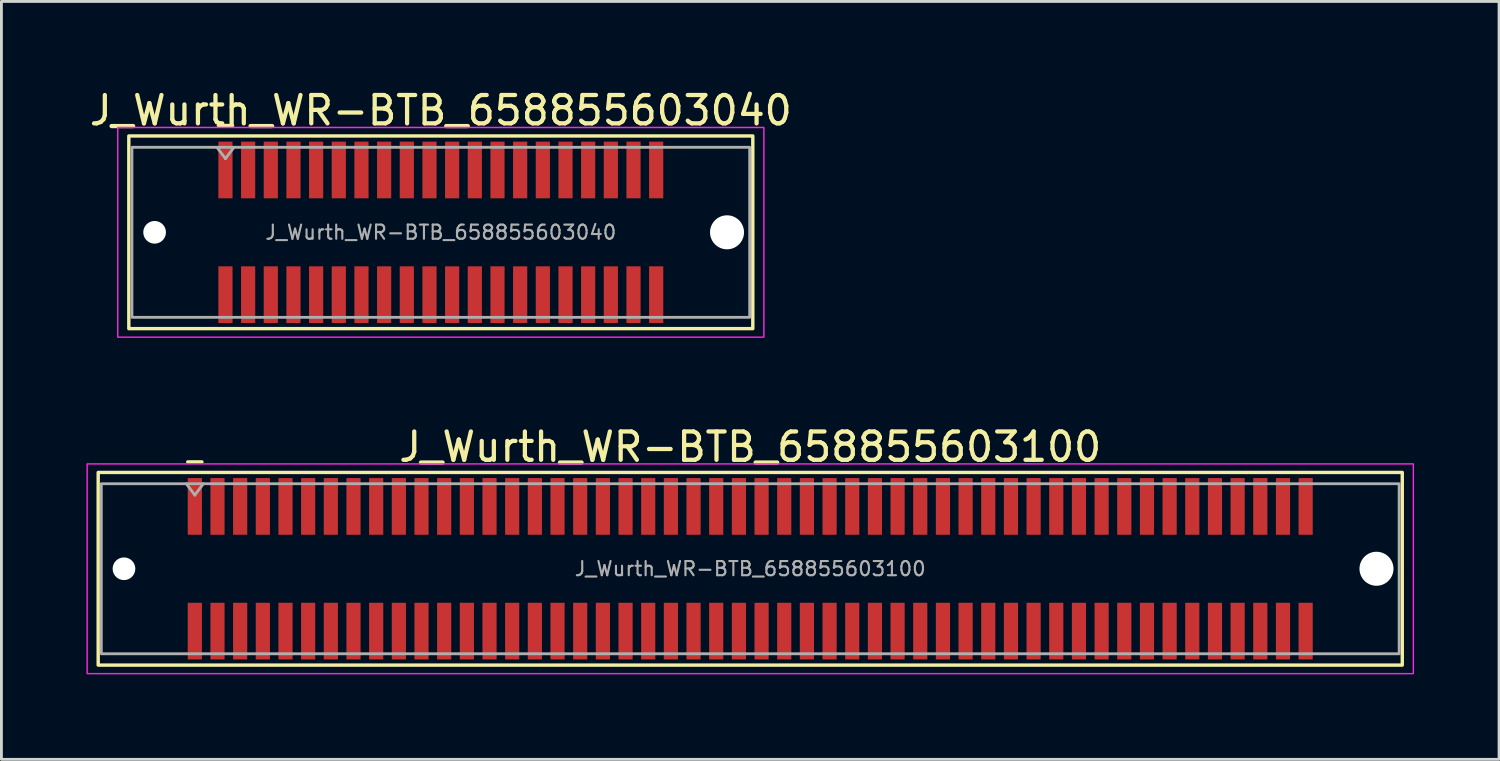
<source format=kicad_pcb>
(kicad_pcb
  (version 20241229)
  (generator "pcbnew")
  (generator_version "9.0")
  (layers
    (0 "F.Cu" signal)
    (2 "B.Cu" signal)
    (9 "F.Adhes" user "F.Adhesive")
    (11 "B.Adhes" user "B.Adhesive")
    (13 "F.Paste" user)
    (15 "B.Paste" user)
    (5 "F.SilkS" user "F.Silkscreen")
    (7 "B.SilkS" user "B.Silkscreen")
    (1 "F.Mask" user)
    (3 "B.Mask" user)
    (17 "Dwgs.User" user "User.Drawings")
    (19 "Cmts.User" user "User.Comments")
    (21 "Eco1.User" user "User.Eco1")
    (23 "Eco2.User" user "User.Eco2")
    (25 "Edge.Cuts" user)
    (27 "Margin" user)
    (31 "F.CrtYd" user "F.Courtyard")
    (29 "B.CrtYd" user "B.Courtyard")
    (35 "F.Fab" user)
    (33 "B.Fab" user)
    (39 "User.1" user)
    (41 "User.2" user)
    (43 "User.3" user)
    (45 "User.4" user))
  (footprint "J_Wurth_WR-BTB_658855603100"
    (layer "F.Cu")
    (at 23.425 17.021)
    (property "Reference" "J_Wurth_WR-BTB_658855603100" (at 0 -4.3 0) (layer "F.SilkS") (effects (font (size 1 1) (thickness 0.15))))
    (attr through_hole)
    (fp_line (start -19.35 -3.77) (end -19.85 -3.77) (stroke (width 0.12) (type solid)) (layer "F.SilkS"))
    (fp_rect (start -23.01 -3.4) (end 23.01 3.4) (stroke (width 0.12) (type solid)) (fill no) (layer "F.SilkS"))
    (fp_rect (start -23.4 -3.7) (end 23.4 3.7) (stroke (width 0.05) (type solid)) (fill no) (layer "F.CrtYd"))
    (fp_line (start -19.9 -3) (end -19.6 -2.6) (stroke (width 0.1) (type default)) (layer "F.Fab"))
    (fp_line (start -19.6 -2.6) (end -19.3 -3) (stroke (width 0.1) (type default)) (layer "F.Fab"))
    (fp_rect (start -22.9 -3) (end 22.9 3) (stroke (width 0.1) (type solid)) (fill no) (layer "F.Fab"))
    (fp_text user "${REFERENCE}" (at 0 0 0) (unlocked yes) (layer "F.Fab") (effects (font (size 0.5 0.5) (thickness 0.075))))
    (pad "" np_thru_hole circle (at -22.1 0) (size 0.8 0.8) (drill 0.8) (layers "*.Cu" "*.Mask"))
    (pad "" np_thru_hole circle (at 22.1 0) (size 1.2 1.2) (drill 1.2) (layers "*.Cu" "*.Mask"))
    (pad "1" smd rect (at -19.6 -2.2) (size 0.5 2) (layers "F.Cu" "F.Mask" "F.Paste"))
    (pad "2" smd rect (at -19.6 2.2) (size 0.5 2) (layers "F.Cu" "F.Mask" "F.Paste"))
    (pad "3" smd rect (at -18.8 -2.2) (size 0.5 2) (layers "F.Cu" "F.Mask" "F.Paste"))
    (pad "4" smd rect (at -18.8 2.2) (size 0.5 2) (layers "F.Cu" "F.Mask" "F.Paste"))
    (pad "5" smd rect (at -18 -2.2) (size 0.5 2) (layers "F.Cu" "F.Mask" "F.Paste"))
    (pad "6" smd rect (at -18 2.2) (size 0.5 2) (layers "F.Cu" "F.Mask" "F.Paste"))
    (pad "7" smd rect (at -17.2 -2.2) (size 0.5 2) (layers "F.Cu" "F.Mask" "F.Paste"))
    (pad "8" smd rect (at -17.2 2.2) (size 0.5 2) (layers "F.Cu" "F.Mask" "F.Paste"))
    (pad "9" smd rect (at -16.4 -2.2) (size 0.5 2) (layers "F.Cu" "F.Mask" "F.Paste"))
    (pad "10" smd rect (at -16.4 2.2) (size 0.5 2) (layers "F.Cu" "F.Mask" "F.Paste"))
    (pad "11" smd rect (at -15.6 -2.2) (size 0.5 2) (layers "F.Cu" "F.Mask" "F.Paste"))
    (pad "12" smd rect (at -15.6 2.2) (size 0.5 2) (layers "F.Cu" "F.Mask" "F.Paste"))
    (pad "13" smd rect (at -14.8 -2.2) (size 0.5 2) (layers "F.Cu" "F.Mask" "F.Paste"))
    (pad "14" smd rect (at -14.8 2.2) (size 0.5 2) (layers "F.Cu" "F.Mask" "F.Paste"))
    (pad "15" smd rect (at -14 -2.2) (size 0.5 2) (layers "F.Cu" "F.Mask" "F.Paste"))
    (pad "16" smd rect (at -14 2.2) (size 0.5 2) (layers "F.Cu" "F.Mask" "F.Paste"))
    (pad "17" smd rect (at -13.2 -2.2) (size 0.5 2) (layers "F.Cu" "F.Mask" "F.Paste"))
    (pad "18" smd rect (at -13.2 2.2) (size 0.5 2) (layers "F.Cu" "F.Mask" "F.Paste"))
    (pad "19" smd rect (at -12.4 -2.2) (size 0.5 2) (layers "F.Cu" "F.Mask" "F.Paste"))
    (pad "20" smd rect (at -12.4 2.2) (size 0.5 2) (layers "F.Cu" "F.Mask" "F.Paste"))
    (pad "21" smd rect (at -11.6 -2.2) (size 0.5 2) (layers "F.Cu" "F.Mask" "F.Paste"))
    (pad "22" smd rect (at -11.6 2.2) (size 0.5 2) (layers "F.Cu" "F.Mask" "F.Paste"))
    (pad "23" smd rect (at -10.8 -2.2) (size 0.5 2) (layers "F.Cu" "F.Mask" "F.Paste"))
    (pad "24" smd rect (at -10.8 2.2) (size 0.5 2) (layers "F.Cu" "F.Mask" "F.Paste"))
    (pad "25" smd rect (at -10 -2.2) (size 0.5 2) (layers "F.Cu" "F.Mask" "F.Paste"))
    (pad "26" smd rect (at -10 2.2) (size 0.5 2) (layers "F.Cu" "F.Mask" "F.Paste"))
    (pad "27" smd rect (at -9.2 -2.2) (size 0.5 2) (layers "F.Cu" "F.Mask" "F.Paste"))
    (pad "28" smd rect (at -9.2 2.2) (size 0.5 2) (layers "F.Cu" "F.Mask" "F.Paste"))
    (pad "29" smd rect (at -8.4 -2.2) (size 0.5 2) (layers "F.Cu" "F.Mask" "F.Paste"))
    (pad "30" smd rect (at -8.4 2.2) (size 0.5 2) (layers "F.Cu" "F.Mask" "F.Paste"))
    (pad "31" smd rect (at -7.6 -2.2) (size 0.5 2) (layers "F.Cu" "F.Mask" "F.Paste"))
    (pad "32" smd rect (at -7.6 2.2) (size 0.5 2) (layers "F.Cu" "F.Mask" "F.Paste"))
    (pad "33" smd rect (at -6.8 -2.2) (size 0.5 2) (layers "F.Cu" "F.Mask" "F.Paste"))
    (pad "34" smd rect (at -6.8 2.2) (size 0.5 2) (layers "F.Cu" "F.Mask" "F.Paste"))
    (pad "35" smd rect (at -6 -2.2) (size 0.5 2) (layers "F.Cu" "F.Mask" "F.Paste"))
    (pad "36" smd rect (at -6 2.2) (size 0.5 2) (layers "F.Cu" "F.Mask" "F.Paste"))
    (pad "37" smd rect (at -5.2 -2.2) (size 0.5 2) (layers "F.Cu" "F.Mask" "F.Paste"))
    (pad "38" smd rect (at -5.2 2.2) (size 0.5 2) (layers "F.Cu" "F.Mask" "F.Paste"))
    (pad "39" smd rect (at -4.4 -2.2) (size 0.5 2) (layers "F.Cu" "F.Mask" "F.Paste"))
    (pad "40" smd rect (at -4.4 2.2) (size 0.5 2) (layers "F.Cu" "F.Mask" "F.Paste"))
    (pad "41" smd rect (at -3.6 -2.2) (size 0.5 2) (layers "F.Cu" "F.Mask" "F.Paste"))
    (pad "42" smd rect (at -3.6 2.2) (size 0.5 2) (layers "F.Cu" "F.Mask" "F.Paste"))
    (pad "43" smd rect (at -2.8 -2.2) (size 0.5 2) (layers "F.Cu" "F.Mask" "F.Paste"))
    (pad "44" smd rect (at -2.8 2.2) (size 0.5 2) (layers "F.Cu" "F.Mask" "F.Paste"))
    (pad "45" smd rect (at -2 -2.2) (size 0.5 2) (layers "F.Cu" "F.Mask" "F.Paste"))
    (pad "46" smd rect (at -2 2.2) (size 0.5 2) (layers "F.Cu" "F.Mask" "F.Paste"))
    (pad "47" smd rect (at -1.2 -2.2) (size 0.5 2) (layers "F.Cu" "F.Mask" "F.Paste"))
    (pad "48" smd rect (at -1.2 2.2) (size 0.5 2) (layers "F.Cu" "F.Mask" "F.Paste"))
    (pad "49" smd rect (at -0.4 -2.2) (size 0.5 2) (layers "F.Cu" "F.Mask" "F.Paste"))
    (pad "50" smd rect (at -0.4 2.2) (size 0.5 2) (layers "F.Cu" "F.Mask" "F.Paste"))
    (pad "51" smd rect (at 0.4 -2.2) (size 0.5 2) (layers "F.Cu" "F.Mask" "F.Paste"))
    (pad "52" smd rect (at 0.4 2.2) (size 0.5 2) (layers "F.Cu" "F.Mask" "F.Paste"))
    (pad "53" smd rect (at 1.2 -2.2) (size 0.5 2) (layers "F.Cu" "F.Mask" "F.Paste"))
    (pad "54" smd rect (at 1.2 2.2) (size 0.5 2) (layers "F.Cu" "F.Mask" "F.Paste"))
    (pad "55" smd rect (at 2 -2.2) (size 0.5 2) (layers "F.Cu" "F.Mask" "F.Paste"))
    (pad "56" smd rect (at 2 2.2) (size 0.5 2) (layers "F.Cu" "F.Mask" "F.Paste"))
    (pad "57" smd rect (at 2.8 -2.2) (size 0.5 2) (layers "F.Cu" "F.Mask" "F.Paste"))
    (pad "58" smd rect (at 2.8 2.2) (size 0.5 2) (layers "F.Cu" "F.Mask" "F.Paste"))
    (pad "59" smd rect (at 3.6 -2.2) (size 0.5 2) (layers "F.Cu" "F.Mask" "F.Paste"))
    (pad "60" smd rect (at 3.6 2.2) (size 0.5 2) (layers "F.Cu" "F.Mask" "F.Paste"))
    (pad "61" smd rect (at 4.4 -2.2) (size 0.5 2) (layers "F.Cu" "F.Mask" "F.Paste"))
    (pad "62" smd rect (at 4.4 2.2) (size 0.5 2) (layers "F.Cu" "F.Mask" "F.Paste"))
    (pad "63" smd rect (at 5.2 -2.2) (size 0.5 2) (layers "F.Cu" "F.Mask" "F.Paste"))
    (pad "64" smd rect (at 5.2 2.2) (size 0.5 2) (layers "F.Cu" "F.Mask" "F.Paste"))
    (pad "65" smd rect (at 6 -2.2) (size 0.5 2) (layers "F.Cu" "F.Mask" "F.Paste"))
    (pad "66" smd rect (at 6 2.2) (size 0.5 2) (layers "F.Cu" "F.Mask" "F.Paste"))
    (pad "67" smd rect (at 6.8 -2.2) (size 0.5 2) (layers "F.Cu" "F.Mask" "F.Paste"))
    (pad "68" smd rect (at 6.8 2.2) (size 0.5 2) (layers "F.Cu" "F.Mask" "F.Paste"))
    (pad "69" smd rect (at 7.6 -2.2) (size 0.5 2) (layers "F.Cu" "F.Mask" "F.Paste"))
    (pad "70" smd rect (at 7.6 2.2) (size 0.5 2) (layers "F.Cu" "F.Mask" "F.Paste"))
    (pad "71" smd rect (at 8.4 -2.2) (size 0.5 2) (layers "F.Cu" "F.Mask" "F.Paste"))
    (pad "72" smd rect (at 8.4 2.2) (size 0.5 2) (layers "F.Cu" "F.Mask" "F.Paste"))
    (pad "73" smd rect (at 9.2 -2.2) (size 0.5 2) (layers "F.Cu" "F.Mask" "F.Paste"))
    (pad "74" smd rect (at 9.2 2.2) (size 0.5 2) (layers "F.Cu" "F.Mask" "F.Paste"))
    (pad "75" smd rect (at 10 -2.2) (size 0.5 2) (layers "F.Cu" "F.Mask" "F.Paste"))
    (pad "76" smd rect (at 10 2.2) (size 0.5 2) (layers "F.Cu" "F.Mask" "F.Paste"))
    (pad "77" smd rect (at 10.8 -2.2) (size 0.5 2) (layers "F.Cu" "F.Mask" "F.Paste"))
    (pad "78" smd rect (at 10.8 2.2) (size 0.5 2) (layers "F.Cu" "F.Mask" "F.Paste"))
    (pad "79" smd rect (at 11.6 -2.2) (size 0.5 2) (layers "F.Cu" "F.Mask" "F.Paste"))
    (pad "80" smd rect (at 11.6 2.2) (size 0.5 2) (layers "F.Cu" "F.Mask" "F.Paste"))
    (pad "81" smd rect (at 12.4 -2.2) (size 0.5 2) (layers "F.Cu" "F.Mask" "F.Paste"))
    (pad "82" smd rect (at 12.4 2.2) (size 0.5 2) (layers "F.Cu" "F.Mask" "F.Paste"))
    (pad "83" smd rect (at 13.2 -2.2) (size 0.5 2) (layers "F.Cu" "F.Mask" "F.Paste"))
    (pad "84" smd rect (at 13.2 2.2) (size 0.5 2) (layers "F.Cu" "F.Mask" "F.Paste"))
    (pad "85" smd rect (at 14 -2.2) (size 0.5 2) (layers "F.Cu" "F.Mask" "F.Paste"))
    (pad "86" smd rect (at 14 2.2) (size 0.5 2) (layers "F.Cu" "F.Mask" "F.Paste"))
    (pad "87" smd rect (at 14.8 -2.2) (size 0.5 2) (layers "F.Cu" "F.Mask" "F.Paste"))
    (pad "88" smd rect (at 14.8 2.2) (size 0.5 2) (layers "F.Cu" "F.Mask" "F.Paste"))
    (pad "89" smd rect (at 15.6 -2.2) (size 0.5 2) (layers "F.Cu" "F.Mask" "F.Paste"))
    (pad "90" smd rect (at 15.6 2.2) (size 0.5 2) (layers "F.Cu" "F.Mask" "F.Paste"))
    (pad "91" smd rect (at 16.4 -2.2) (size 0.5 2) (layers "F.Cu" "F.Mask" "F.Paste"))
    (pad "92" smd rect (at 16.4 2.2) (size 0.5 2) (layers "F.Cu" "F.Mask" "F.Paste"))
    (pad "93" smd rect (at 17.2 -2.2) (size 0.5 2) (layers "F.Cu" "F.Mask" "F.Paste"))
    (pad "94" smd rect (at 17.2 2.2) (size 0.5 2) (layers "F.Cu" "F.Mask" "F.Paste"))
    (pad "95" smd rect (at 18 -2.2) (size 0.5 2) (layers "F.Cu" "F.Mask" "F.Paste"))
    (pad "96" smd rect (at 18 2.2) (size 0.5 2) (layers "F.Cu" "F.Mask" "F.Paste"))
    (pad "97" smd rect (at 18.8 -2.2) (size 0.5 2) (layers "F.Cu" "F.Mask" "F.Paste"))
    (pad "98" smd rect (at 18.8 2.2) (size 0.5 2) (layers "F.Cu" "F.Mask" "F.Paste"))
    (pad "99" smd rect (at 19.6 -2.2) (size 0.5 2) (layers "F.Cu" "F.Mask" "F.Paste"))
    (pad "100" smd rect (at 19.6 2.2) (size 0.5 2) (layers "F.Cu" "F.Mask" "F.Paste")))
  (footprint "J_Wurth_WR-BTB_658855603040"
    (layer "F.Cu")
    (at 12.506 5.148)
    (property "Reference" "J_Wurth_WR-BTB_658855603040" (at 0 -4.3 0) (layer "F.SilkS") (effects (font (size 1 1) (thickness 0.15))))
    (attr through_hole)
    (fp_line (start -7.35 -3.77) (end -7.85 -3.77) (stroke (width 0.12) (type solid)) (layer "F.SilkS"))
    (fp_rect (start -11.01 -3.4) (end 11.01 3.4) (stroke (width 0.12) (type solid)) (fill no) (layer "F.SilkS"))
    (fp_rect (start -11.4 -3.7) (end 11.4 3.7) (stroke (width 0.05) (type solid)) (fill no) (layer "F.CrtYd"))
    (fp_line (start -7.9 -3) (end -7.6 -2.6) (stroke (width 0.1) (type default)) (layer "F.Fab"))
    (fp_line (start -7.6 -2.6) (end -7.3 -3) (stroke (width 0.1) (type default)) (layer "F.Fab"))
    (fp_rect (start -10.9 -3) (end 10.9 3) (stroke (width 0.1) (type solid)) (fill no) (layer "F.Fab"))
    (fp_text user "${REFERENCE}" (at 0 0 0) (unlocked yes) (layer "F.Fab") (effects (font (size 0.5 0.5) (thickness 0.075))))
    (pad "" np_thru_hole circle (at -10.1 0) (size 0.8 0.8) (drill 0.8) (layers "*.Cu" "*.Mask"))
    (pad "" np_thru_hole circle (at 10.1 0) (size 1.2 1.2) (drill 1.2) (layers "*.Cu" "*.Mask"))
    (pad "1" smd rect (at -7.6 -2.2) (size 0.5 2) (layers "F.Cu" "F.Mask" "F.Paste"))
    (pad "2" smd rect (at -7.6 2.2) (size 0.5 2) (layers "F.Cu" "F.Mask" "F.Paste"))
    (pad "3" smd rect (at -6.8 -2.2) (size 0.5 2) (layers "F.Cu" "F.Mask" "F.Paste"))
    (pad "4" smd rect (at -6.8 2.2) (size 0.5 2) (layers "F.Cu" "F.Mask" "F.Paste"))
    (pad "5" smd rect (at -6 -2.2) (size 0.5 2) (layers "F.Cu" "F.Mask" "F.Paste"))
    (pad "6" smd rect (at -6 2.2) (size 0.5 2) (layers "F.Cu" "F.Mask" "F.Paste"))
    (pad "7" smd rect (at -5.2 -2.2) (size 0.5 2) (layers "F.Cu" "F.Mask" "F.Paste"))
    (pad "8" smd rect (at -5.2 2.2) (size 0.5 2) (layers "F.Cu" "F.Mask" "F.Paste"))
    (pad "9" smd rect (at -4.4 -2.2) (size 0.5 2) (layers "F.Cu" "F.Mask" "F.Paste"))
    (pad "10" smd rect (at -4.4 2.2) (size 0.5 2) (layers "F.Cu" "F.Mask" "F.Paste"))
    (pad "11" smd rect (at -3.6 -2.2) (size 0.5 2) (layers "F.Cu" "F.Mask" "F.Paste"))
    (pad "12" smd rect (at -3.6 2.2) (size 0.5 2) (layers "F.Cu" "F.Mask" "F.Paste"))
    (pad "13" smd rect (at -2.8 -2.2) (size 0.5 2) (layers "F.Cu" "F.Mask" "F.Paste"))
    (pad "14" smd rect (at -2.8 2.2) (size 0.5 2) (layers "F.Cu" "F.Mask" "F.Paste"))
    (pad "15" smd rect (at -2 -2.2) (size 0.5 2) (layers "F.Cu" "F.Mask" "F.Paste"))
    (pad "16" smd rect (at -2 2.2) (size 0.5 2) (layers "F.Cu" "F.Mask" "F.Paste"))
    (pad "17" smd rect (at -1.2 -2.2) (size 0.5 2) (layers "F.Cu" "F.Mask" "F.Paste"))
    (pad "18" smd rect (at -1.2 2.2) (size 0.5 2) (layers "F.Cu" "F.Mask" "F.Paste"))
    (pad "19" smd rect (at -0.4 -2.2) (size 0.5 2) (layers "F.Cu" "F.Mask" "F.Paste"))
    (pad "20" smd rect (at -0.4 2.2) (size 0.5 2) (layers "F.Cu" "F.Mask" "F.Paste"))
    (pad "21" smd rect (at 0.4 -2.2) (size 0.5 2) (layers "F.Cu" "F.Mask" "F.Paste"))
    (pad "22" smd rect (at 0.4 2.2) (size 0.5 2) (layers "F.Cu" "F.Mask" "F.Paste"))
    (pad "23" smd rect (at 1.2 -2.2) (size 0.5 2) (layers "F.Cu" "F.Mask" "F.Paste"))
    (pad "24" smd rect (at 1.2 2.2) (size 0.5 2) (layers "F.Cu" "F.Mask" "F.Paste"))
    (pad "25" smd rect (at 2 -2.2) (size 0.5 2) (layers "F.Cu" "F.Mask" "F.Paste"))
    (pad "26" smd rect (at 2 2.2) (size 0.5 2) (layers "F.Cu" "F.Mask" "F.Paste"))
    (pad "27" smd rect (at 2.8 -2.2) (size 0.5 2) (layers "F.Cu" "F.Mask" "F.Paste"))
    (pad "28" smd rect (at 2.8 2.2) (size 0.5 2) (layers "F.Cu" "F.Mask" "F.Paste"))
    (pad "29" smd rect (at 3.6 -2.2) (size 0.5 2) (layers "F.Cu" "F.Mask" "F.Paste"))
    (pad "30" smd rect (at 3.6 2.2) (size 0.5 2) (layers "F.Cu" "F.Mask" "F.Paste"))
    (pad "31" smd rect (at 4.4 -2.2) (size 0.5 2) (layers "F.Cu" "F.Mask" "F.Paste"))
    (pad "32" smd rect (at 4.4 2.2) (size 0.5 2) (layers "F.Cu" "F.Mask" "F.Paste"))
    (pad "33" smd rect (at 5.2 -2.2) (size 0.5 2) (layers "F.Cu" "F.Mask" "F.Paste"))
    (pad "34" smd rect (at 5.2 2.2) (size 0.5 2) (layers "F.Cu" "F.Mask" "F.Paste"))
    (pad "35" smd rect (at 6 -2.2) (size 0.5 2) (layers "F.Cu" "F.Mask" "F.Paste"))
    (pad "36" smd rect (at 6 2.2) (size 0.5 2) (layers "F.Cu" "F.Mask" "F.Paste"))
    (pad "37" smd rect (at 6.8 -2.2) (size 0.5 2) (layers "F.Cu" "F.Mask" "F.Paste"))
    (pad "38" smd rect (at 6.8 2.2) (size 0.5 2) (layers "F.Cu" "F.Mask" "F.Paste"))
    (pad "39" smd rect (at 7.6 -2.2) (size 0.5 2) (layers "F.Cu" "F.Mask" "F.Paste"))
    (pad "40" smd rect (at 7.6 2.2) (size 0.5 2) (layers "F.Cu" "F.Mask" "F.Paste")))
  (gr_rect
    (start -3 -3)
    (end 49.85 23.747)
    (stroke (width 0.1) (type default))
    (fill no)
    (layer "Edge.Cuts")))
</source>
